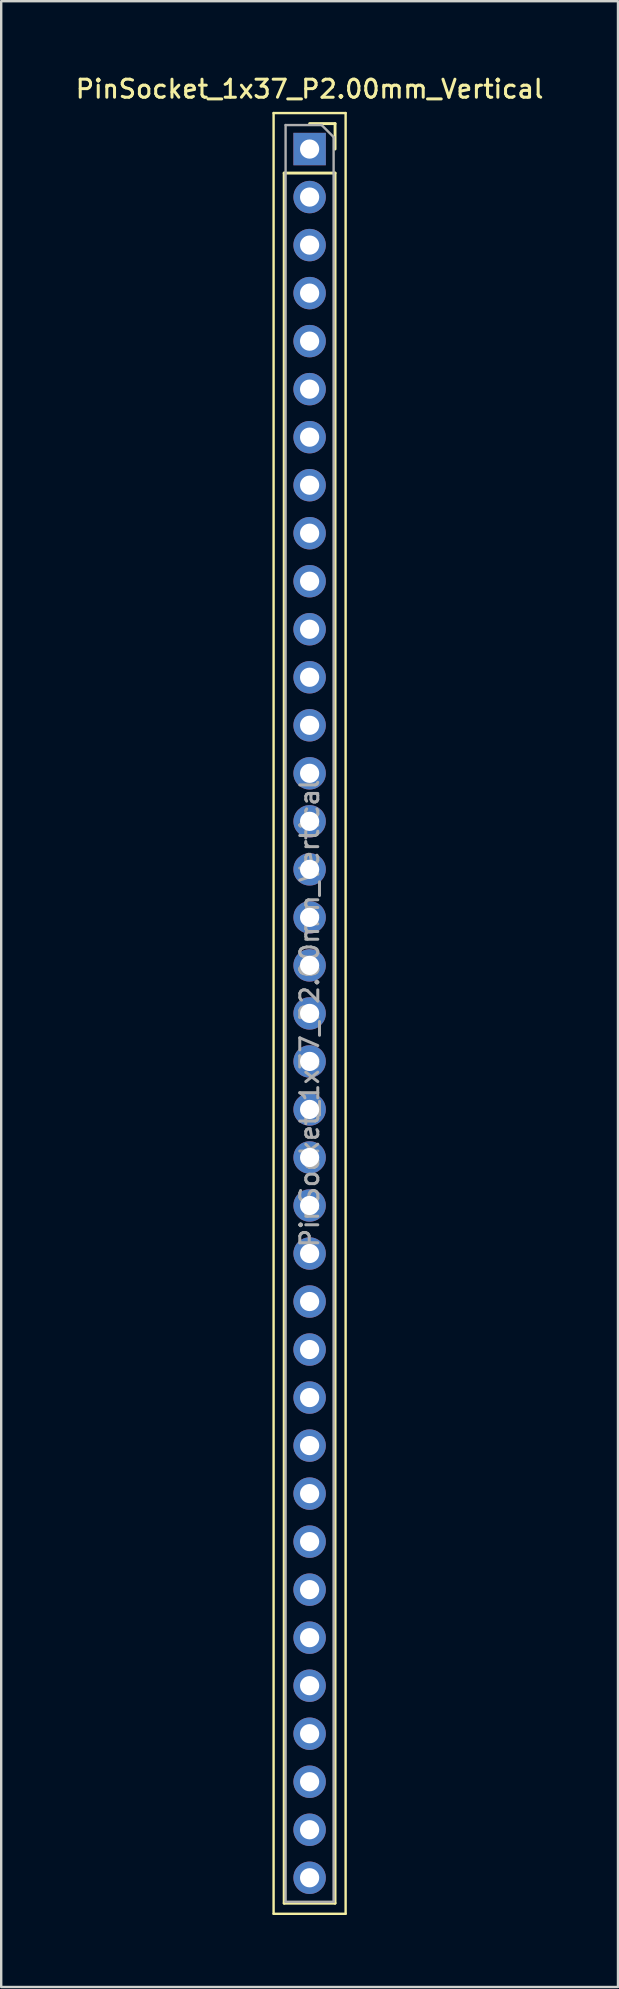
<source format=kicad_pcb>
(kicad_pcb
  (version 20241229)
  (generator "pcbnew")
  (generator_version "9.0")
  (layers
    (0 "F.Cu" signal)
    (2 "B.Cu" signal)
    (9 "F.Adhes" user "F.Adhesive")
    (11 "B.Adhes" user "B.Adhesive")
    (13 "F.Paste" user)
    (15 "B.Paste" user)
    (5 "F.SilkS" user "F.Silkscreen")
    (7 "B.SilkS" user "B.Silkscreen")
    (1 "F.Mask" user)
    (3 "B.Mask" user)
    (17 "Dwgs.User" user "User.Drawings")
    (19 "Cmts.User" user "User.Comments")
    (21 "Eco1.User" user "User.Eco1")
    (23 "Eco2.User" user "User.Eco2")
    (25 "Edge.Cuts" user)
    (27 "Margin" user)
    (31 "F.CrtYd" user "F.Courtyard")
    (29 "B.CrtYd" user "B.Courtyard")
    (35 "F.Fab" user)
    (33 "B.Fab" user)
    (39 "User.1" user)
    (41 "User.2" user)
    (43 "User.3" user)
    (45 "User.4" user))
  (footprint "PinSocket_1x37_P2.00mm_Vertical"
    (layer "F.Cu")
    (at 9.845 3.158)
    (property "Reference" "PinSocket_1x37_P2.00mm_Vertical" (at 0 -2.5 0) (layer "F.SilkS") (effects (font (size 0.75 0.75) (thickness 0.125))))
    (attr through_hole)
    (fp_line (start -1.5 -1.5) (end 1.5 -1.5) (stroke (width 0.1) (type solid)) (layer "F.SilkS"))
    (fp_line (start -1.5 73.5) (end -1.5 -1.5) (stroke (width 0.1) (type solid)) (layer "F.SilkS"))
    (fp_line (start -1.06 1) (end -1.06 73.06) (stroke (width 0.12) (type solid)) (layer "F.SilkS"))
    (fp_line (start -1.06 1) (end 1.06 1) (stroke (width 0.12) (type solid)) (layer "F.SilkS"))
    (fp_line (start -1.06 73.06) (end 1.06 73.06) (stroke (width 0.12) (type solid)) (layer "F.SilkS"))
    (fp_line (start 0 -1.06) (end 1.06 -1.06) (stroke (width 0.12) (type solid)) (layer "F.SilkS"))
    (fp_line (start 1.06 -1.06) (end 1.06 0) (stroke (width 0.12) (type solid)) (layer "F.SilkS"))
    (fp_line (start 1.06 1) (end 1.06 73.06) (stroke (width 0.12) (type solid)) (layer "F.SilkS"))
    (fp_line (start 1.5 -1.5) (end 1.5 73.5) (stroke (width 0.1) (type solid)) (layer "F.SilkS"))
    (fp_line (start 1.5 73.5) (end -1.5 73.5) (stroke (width 0.1) (type solid)) (layer "F.SilkS"))
    (fp_line (start -1 -1) (end 0.5 -1) (stroke (width 0.1) (type solid)) (layer "F.Fab"))
    (fp_line (start -1 73) (end -1 -1) (stroke (width 0.1) (type solid)) (layer "F.Fab"))
    (fp_line (start 0.5 -1) (end 1 -0.5) (stroke (width 0.1) (type solid)) (layer "F.Fab"))
    (fp_line (start 1 -0.5) (end 1 73) (stroke (width 0.1) (type solid)) (layer "F.Fab"))
    (fp_line (start 1 73) (end -1 73) (stroke (width 0.1) (type solid)) (layer "F.Fab"))
    (fp_text user "${REFERENCE}" (at 0 36 90) (layer "F.Fab") (effects (font (size 0.75 0.75) (thickness 0.125))))
    (pad "1" thru_hole rect (at 0 0) (size 1.35 1.35) (drill 0.8) (layers "*.Cu" "*.Mask"))
    (pad "2" thru_hole oval (at 0 2) (size 1.35 1.35) (drill 0.8) (layers "*.Cu" "*.Mask"))
    (pad "3" thru_hole oval (at 0 4) (size 1.35 1.35) (drill 0.8) (layers "*.Cu" "*.Mask"))
    (pad "4" thru_hole oval (at 0 6) (size 1.35 1.35) (drill 0.8) (layers "*.Cu" "*.Mask"))
    (pad "5" thru_hole oval (at 0 8) (size 1.35 1.35) (drill 0.8) (layers "*.Cu" "*.Mask"))
    (pad "6" thru_hole oval (at 0 10) (size 1.35 1.35) (drill 0.8) (layers "*.Cu" "*.Mask"))
    (pad "7" thru_hole oval (at 0 12) (size 1.35 1.35) (drill 0.8) (layers "*.Cu" "*.Mask"))
    (pad "8" thru_hole oval (at 0 14) (size 1.35 1.35) (drill 0.8) (layers "*.Cu" "*.Mask"))
    (pad "9" thru_hole oval (at 0 16) (size 1.35 1.35) (drill 0.8) (layers "*.Cu" "*.Mask"))
    (pad "10" thru_hole oval (at 0 18) (size 1.35 1.35) (drill 0.8) (layers "*.Cu" "*.Mask"))
    (pad "11" thru_hole oval (at 0 20) (size 1.35 1.35) (drill 0.8) (layers "*.Cu" "*.Mask"))
    (pad "12" thru_hole oval (at 0 22) (size 1.35 1.35) (drill 0.8) (layers "*.Cu" "*.Mask"))
    (pad "13" thru_hole oval (at 0 24) (size 1.35 1.35) (drill 0.8) (layers "*.Cu" "*.Mask"))
    (pad "14" thru_hole oval (at 0 26) (size 1.35 1.35) (drill 0.8) (layers "*.Cu" "*.Mask"))
    (pad "15" thru_hole oval (at 0 28) (size 1.35 1.35) (drill 0.8) (layers "*.Cu" "*.Mask"))
    (pad "16" thru_hole oval (at 0 30) (size 1.35 1.35) (drill 0.8) (layers "*.Cu" "*.Mask"))
    (pad "17" thru_hole oval (at 0 32) (size 1.35 1.35) (drill 0.8) (layers "*.Cu" "*.Mask"))
    (pad "18" thru_hole oval (at 0 34) (size 1.35 1.35) (drill 0.8) (layers "*.Cu" "*.Mask"))
    (pad "19" thru_hole oval (at 0 36) (size 1.35 1.35) (drill 0.8) (layers "*.Cu" "*.Mask"))
    (pad "20" thru_hole oval (at 0 38) (size 1.35 1.35) (drill 0.8) (layers "*.Cu" "*.Mask"))
    (pad "21" thru_hole oval (at 0 40) (size 1.35 1.35) (drill 0.8) (layers "*.Cu" "*.Mask"))
    (pad "22" thru_hole oval (at 0 42) (size 1.35 1.35) (drill 0.8) (layers "*.Cu" "*.Mask"))
    (pad "23" thru_hole oval (at 0 44) (size 1.35 1.35) (drill 0.8) (layers "*.Cu" "*.Mask"))
    (pad "24" thru_hole oval (at 0 46) (size 1.35 1.35) (drill 0.8) (layers "*.Cu" "*.Mask"))
    (pad "25" thru_hole oval (at 0 48) (size 1.35 1.35) (drill 0.8) (layers "*.Cu" "*.Mask"))
    (pad "26" thru_hole oval (at 0 50) (size 1.35 1.35) (drill 0.8) (layers "*.Cu" "*.Mask"))
    (pad "27" thru_hole oval (at 0 52) (size 1.35 1.35) (drill 0.8) (layers "*.Cu" "*.Mask"))
    (pad "28" thru_hole oval (at 0 54) (size 1.35 1.35) (drill 0.8) (layers "*.Cu" "*.Mask"))
    (pad "29" thru_hole oval (at 0 56) (size 1.35 1.35) (drill 0.8) (layers "*.Cu" "*.Mask"))
    (pad "30" thru_hole oval (at 0 58) (size 1.35 1.35) (drill 0.8) (layers "*.Cu" "*.Mask"))
    (pad "31" thru_hole oval (at 0 60) (size 1.35 1.35) (drill 0.8) (layers "*.Cu" "*.Mask"))
    (pad "32" thru_hole oval (at 0 62) (size 1.35 1.35) (drill 0.8) (layers "*.Cu" "*.Mask"))
    (pad "33" thru_hole oval (at 0 64) (size 1.35 1.35) (drill 0.8) (layers "*.Cu" "*.Mask"))
    (pad "34" thru_hole oval (at 0 66) (size 1.35 1.35) (drill 0.8) (layers "*.Cu" "*.Mask"))
    (pad "35" thru_hole oval (at 0 68) (size 1.35 1.35) (drill 0.8) (layers "*.Cu" "*.Mask"))
    (pad "36" thru_hole oval (at 0 70) (size 1.35 1.35) (drill 0.8) (layers "*.Cu" "*.Mask"))
    (pad "37" thru_hole oval (at 0 72) (size 1.35 1.35) (drill 0.8) (layers "*.Cu" "*.Mask")))
  (gr_rect
    (start -3 -3)
    (end 22.689 79.708)
    (stroke (width 0.1) (type default))
    (fill no)
    (layer "Edge.Cuts")))
</source>
